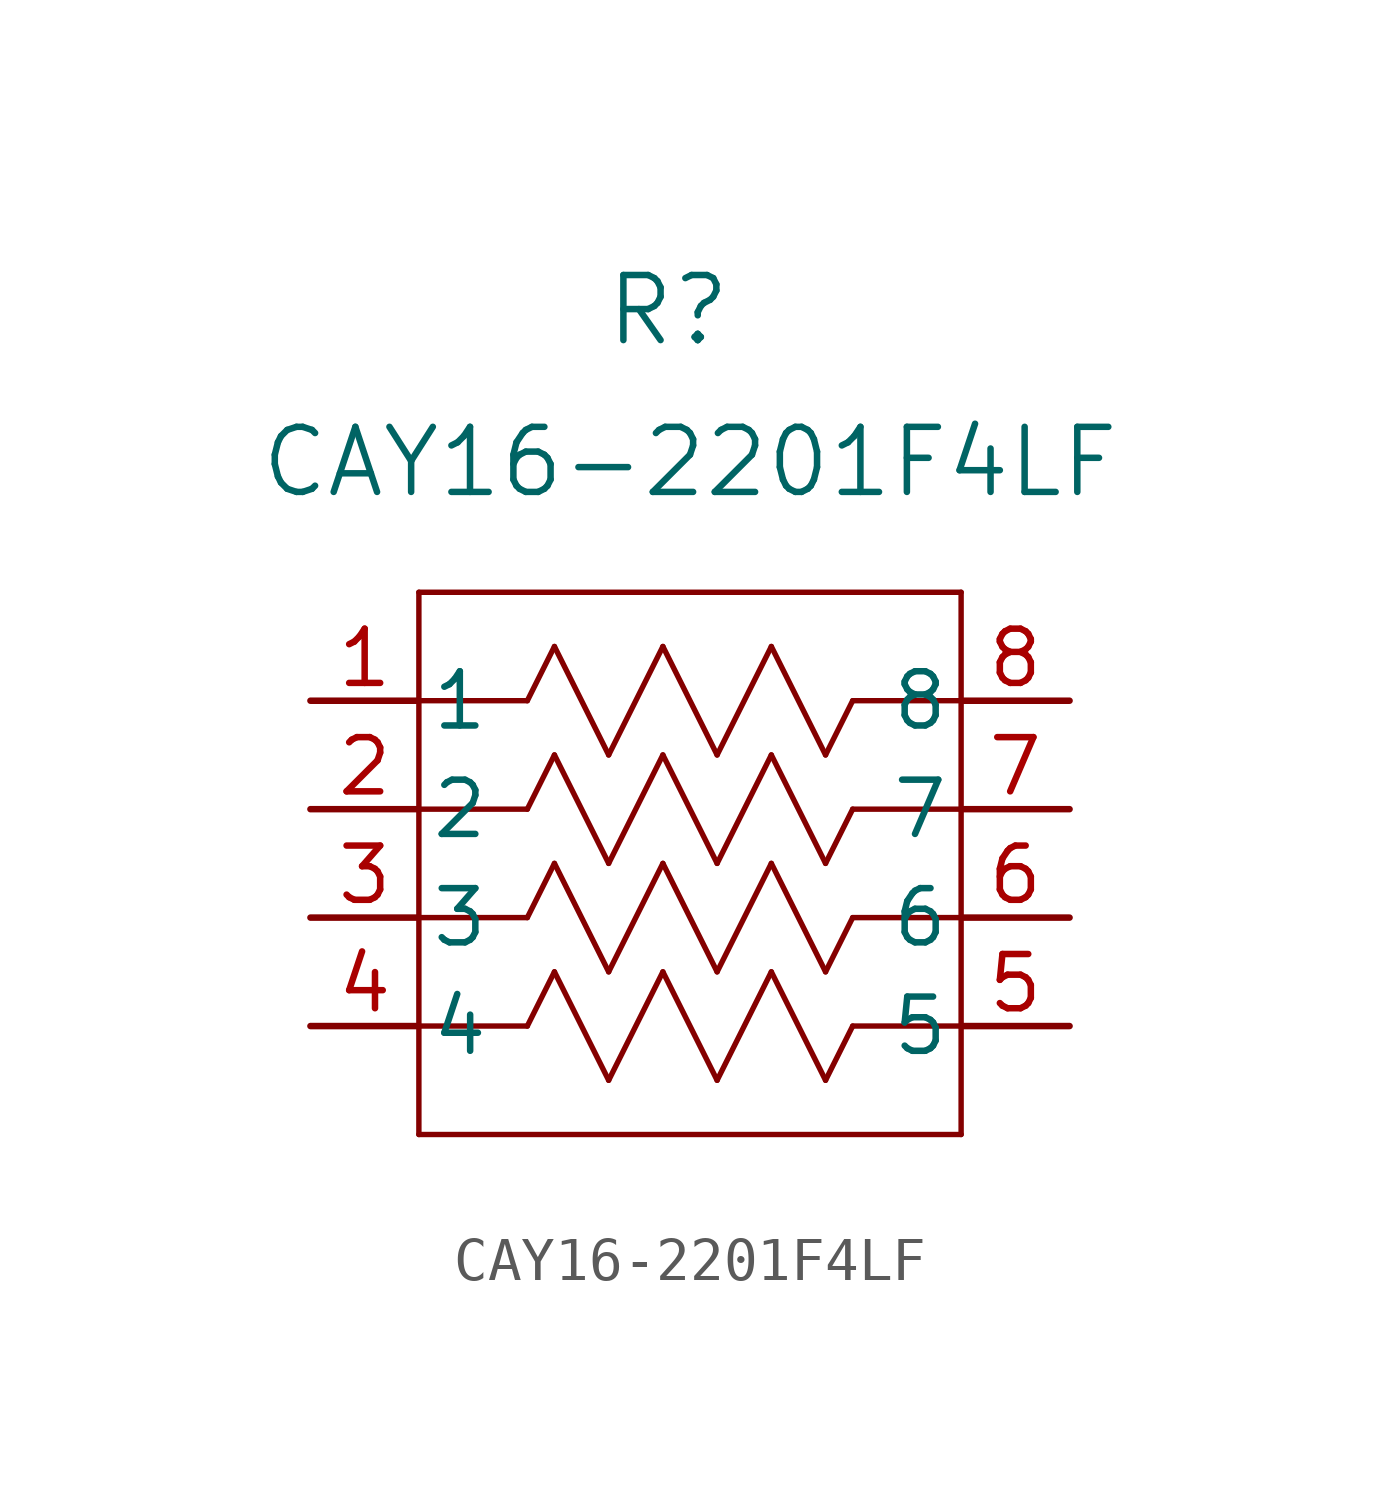
<source format=kicad_sym>
(kicad_symbol_lib
  (version 20211014)
  (generator kicad_symbol_editor)
  (symbol "CAY16-2201F4LF"
    (pin_names
      (offset 0.254))
    (property "Reference" "R"
      (at 8.382 9.144 0)
      (effects (font (size 1.524 1.524))))
    (property "Value" "CAY16-2201F4LF"
      (at 8.89 5.588 0)
      (effects (font (size 1.524 1.524))))
    (symbol "CAY16-2201F4LF_0_1"
      (polyline (pts (xy 5.715 1.27) (xy 6.985 -1.27)) (stroke (width 0.127) (type default) (color 0 0 0 0)) (fill (type none)))
      (polyline (pts (xy 6.985 -1.27) (xy 8.255 1.27)) (stroke (width 0.127) (type default) (color 0 0 0 0)) (fill (type none)))
      (polyline (pts (xy 8.255 1.27) (xy 9.525 -1.27)) (stroke (width 0.127) (type default) (color 0 0 0 0)) (fill (type none)))
      (polyline (pts (xy 9.525 -1.27) (xy 10.795 1.27)) (stroke (width 0.127) (type default) (color 0 0 0 0)) (fill (type none)))
      (polyline (pts (xy 10.795 1.27) (xy 12.065 -1.27)) (stroke (width 0.127) (type default) (color 0 0 0 0)) (fill (type none)))
      (polyline (pts (xy 5.08 0) (xy 5.715 1.27)) (stroke (width 0.127) (type default) (color 0 0 0 0)) (fill (type none)))
      (polyline (pts (xy 12.065 -1.27) (xy 12.7 0)) (stroke (width 0.127) (type default) (color 0 0 0 0)) (fill (type none)))
      (polyline (pts (xy 2.54 2.54) (xy 2.54 -10.16)) (stroke (width 0.127) (type default) (color 0 0 0 0)) (fill (type none)))
      (polyline (pts (xy 15.24 2.54) (xy 15.24 -10.16)) (stroke (width 0.127) (type default) (color 0 0 0 0)) (fill (type none)))
      (polyline (pts (xy 15.24 2.54) (xy 2.54 2.54)) (stroke (width 0.127) (type default) (color 0 0 0 0)) (fill (type none)))
      (polyline (pts (xy 2.54 0) (xy 5.08 0)) (stroke (width 0.127) (type default) (color 0 0 0 0)) (fill (type none)))
      (polyline (pts (xy 12.7 0) (xy 15.24 0)) (stroke (width 0.127) (type default) (color 0 0 0 0)) (fill (type none)))
      (polyline (pts (xy 5.715 -1.27) (xy 6.985 -3.81)) (stroke (width 0.127) (type default) (color 0 0 0 0)) (fill (type none)))
      (polyline (pts (xy 6.985 -3.81) (xy 8.255 -1.27)) (stroke (width 0.127) (type default) (color 0 0 0 0)) (fill (type none)))
      (polyline (pts (xy 8.255 -1.27) (xy 9.525 -3.81)) (stroke (width 0.127) (type default) (color 0 0 0 0)) (fill (type none)))
      (polyline (pts (xy 9.525 -3.81) (xy 10.795 -1.27)) (stroke (width 0.127) (type default) (color 0 0 0 0)) (fill (type none)))
      (polyline (pts (xy 10.795 -1.27) (xy 12.065 -3.81)) (stroke (width 0.127) (type default) (color 0 0 0 0)) (fill (type none)))
      (polyline (pts (xy 5.08 -2.54) (xy 5.715 -1.27)) (stroke (width 0.127) (type default) (color 0 0 0 0)) (fill (type none)))
      (polyline (pts (xy 12.065 -3.81) (xy 12.7 -2.54)) (stroke (width 0.127) (type default) (color 0 0 0 0)) (fill (type none)))
      (polyline (pts (xy 2.54 -2.54) (xy 5.08 -2.54)) (stroke (width 0.127) (type default) (color 0 0 0 0)) (fill (type none)))
      (polyline (pts (xy 12.7 -2.54) (xy 15.24 -2.54)) (stroke (width 0.127) (type default) (color 0 0 0 0)) (fill (type none)))
      (polyline (pts (xy 5.715 -3.81) (xy 6.985 -6.35)) (stroke (width 0.127) (type default) (color 0 0 0 0)) (fill (type none)))
      (polyline (pts (xy 6.985 -6.35) (xy 8.255 -3.81)) (stroke (width 0.127) (type default) (color 0 0 0 0)) (fill (type none)))
      (polyline (pts (xy 8.255 -3.81) (xy 9.525 -6.35)) (stroke (width 0.127) (type default) (color 0 0 0 0)) (fill (type none)))
      (polyline (pts (xy 9.525 -6.35) (xy 10.795 -3.81)) (stroke (width 0.127) (type default) (color 0 0 0 0)) (fill (type none)))
      (polyline (pts (xy 10.795 -3.81) (xy 12.065 -6.35)) (stroke (width 0.127) (type default) (color 0 0 0 0)) (fill (type none)))
      (polyline (pts (xy 5.08 -5.08) (xy 5.715 -3.81)) (stroke (width 0.127) (type default) (color 0 0 0 0)) (fill (type none)))
      (polyline (pts (xy 12.065 -6.35) (xy 12.7 -5.08)) (stroke (width 0.127) (type default) (color 0 0 0 0)) (fill (type none)))
      (polyline (pts (xy 2.54 -10.16) (xy 15.24 -10.16)) (stroke (width 0.127) (type default) (color 0 0 0 0)) (fill (type none)))
      (polyline (pts (xy 2.54 -5.08) (xy 5.08 -5.08)) (stroke (width 0.127) (type default) (color 0 0 0 0)) (fill (type none)))
      (polyline (pts (xy 12.7 -5.08) (xy 15.24 -5.08)) (stroke (width 0.127) (type default) (color 0 0 0 0)) (fill (type none)))
      (polyline (pts (xy 5.715 -6.35) (xy 6.985 -8.89)) (stroke (width 0.127) (type default) (color 0 0 0 0)) (fill (type none)))
      (polyline (pts (xy 6.985 -8.89) (xy 8.255 -6.35)) (stroke (width 0.127) (type default) (color 0 0 0 0)) (fill (type none)))
      (polyline (pts (xy 8.255 -6.35) (xy 9.525 -8.89)) (stroke (width 0.127) (type default) (color 0 0 0 0)) (fill (type none)))
      (polyline (pts (xy 9.525 -8.89) (xy 10.795 -6.35)) (stroke (width 0.127) (type default) (color 0 0 0 0)) (fill (type none)))
      (polyline (pts (xy 10.795 -6.35) (xy 12.065 -8.89)) (stroke (width 0.127) (type default) (color 0 0 0 0)) (fill (type none)))
      (polyline (pts (xy 5.08 -7.62) (xy 5.715 -6.35)) (stroke (width 0.127) (type default) (color 0 0 0 0)) (fill (type none)))
      (polyline (pts (xy 12.065 -8.89) (xy 12.7 -7.62)) (stroke (width 0.127) (type default) (color 0 0 0 0)) (fill (type none)))
      (polyline (pts (xy 2.54 -7.62) (xy 5.08 -7.62)) (stroke (width 0.127) (type default) (color 0 0 0 0)) (fill (type none)))
      (polyline (pts (xy 12.7 -7.62) (xy 15.24 -7.62)) (stroke (width 0.127) (type default) (color 0 0 0 0)) (fill (type none)))
      (pin unspecified line (at 0 0 0) (length 2.54) (name "1" (effects (font (size 1.27 1.27)))) (number "1" (effects (font (size 1.27 1.27)))))
      (pin unspecified line (at 0 -2.54 0) (length 2.54) (name "2" (effects (font (size 1.27 1.27)))) (number "2" (effects (font (size 1.27 1.27)))))
      (pin unspecified line (at 0 -5.08 0) (length 2.54) (name "3" (effects (font (size 1.27 1.27)))) (number "3" (effects (font (size 1.27 1.27)))))
      (pin unspecified line (at 0 -7.62 0) (length 2.54) (name "4" (effects (font (size 1.27 1.27)))) (number "4" (effects (font (size 1.27 1.27)))))
      (pin unspecified line (at 17.78 -7.62 180) (length 2.54) (name "5" (effects (font (size 1.27 1.27)))) (number "5" (effects (font (size 1.27 1.27)))))
      (pin unspecified line (at 17.78 -5.08 180) (length 2.54) (name "6" (effects (font (size 1.27 1.27)))) (number "6" (effects (font (size 1.27 1.27)))))
      (pin unspecified line (at 17.78 -2.54 180) (length 2.54) (name "7" (effects (font (size 1.27 1.27)))) (number "7" (effects (font (size 1.27 1.27)))))
      (pin unspecified line (at 17.78 0 180) (length 2.54) (name "8" (effects (font (size 1.27 1.27)))) (number "8" (effects (font (size 1.27 1.27))))))))
</source>
